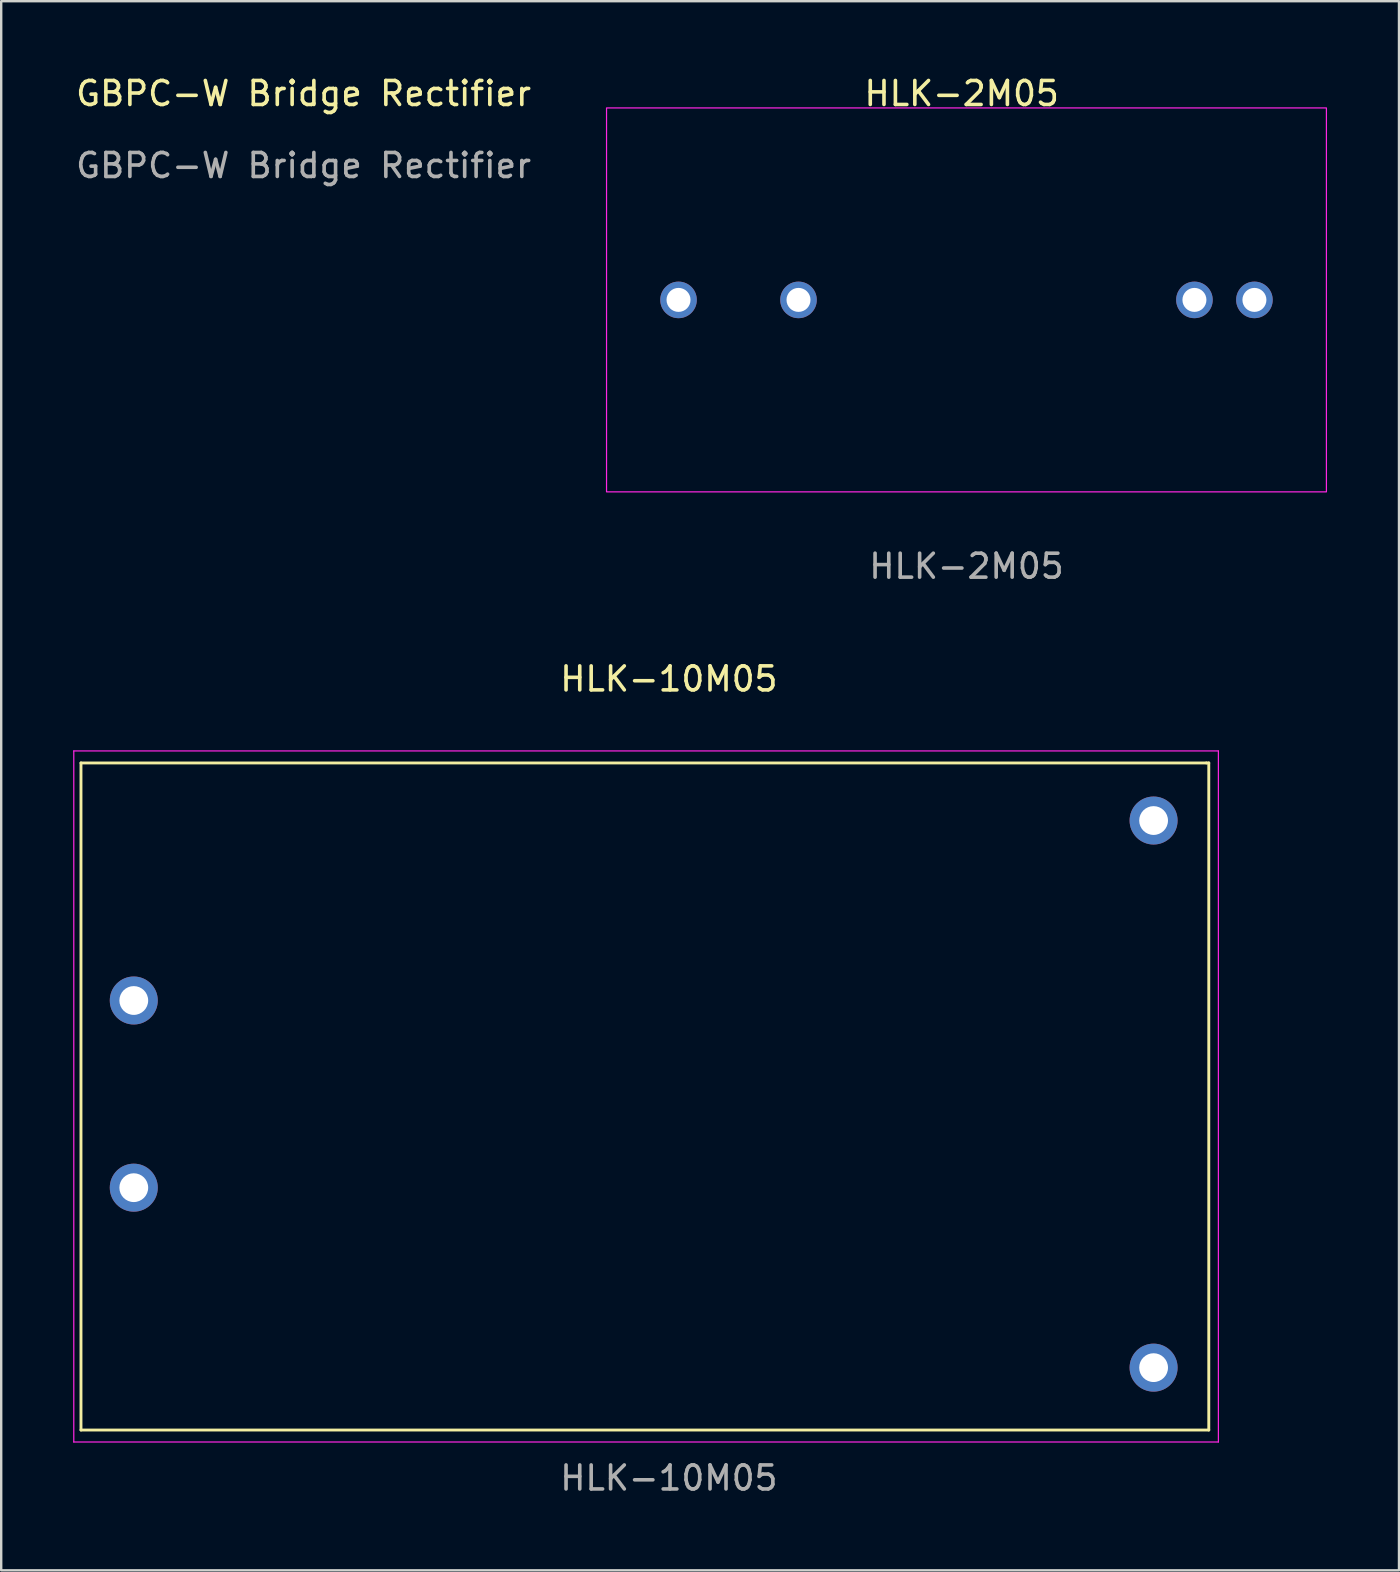
<source format=kicad_pcb>
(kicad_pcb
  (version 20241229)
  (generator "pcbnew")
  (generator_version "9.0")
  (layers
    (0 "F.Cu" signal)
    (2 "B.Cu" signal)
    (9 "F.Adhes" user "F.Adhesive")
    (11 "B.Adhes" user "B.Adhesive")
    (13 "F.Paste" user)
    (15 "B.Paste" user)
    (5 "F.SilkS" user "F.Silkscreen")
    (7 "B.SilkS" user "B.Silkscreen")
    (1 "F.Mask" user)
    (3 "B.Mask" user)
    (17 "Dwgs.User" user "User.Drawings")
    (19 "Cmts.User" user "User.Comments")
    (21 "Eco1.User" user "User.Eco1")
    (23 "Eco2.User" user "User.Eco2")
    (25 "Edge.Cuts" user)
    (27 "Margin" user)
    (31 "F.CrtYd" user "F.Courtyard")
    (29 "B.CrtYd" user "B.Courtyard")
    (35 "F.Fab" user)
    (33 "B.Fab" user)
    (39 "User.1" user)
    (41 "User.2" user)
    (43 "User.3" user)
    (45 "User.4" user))
  (footprint "HLK-2M05"
    (layer "F.Cu")
    (at 37.227 9.448)
    (property "Reference" "HLK-2M05" (at -0.2 -8.6 0) (unlocked yes) (layer "F.SilkS") (effects (font (size 1 1) (thickness 0.15))))
    (attr through_hole)
    (fp_rect (start -15 -8) (end 15 8) (stroke (width 0.05) (type default)) (fill no) (layer "F.CrtYd"))
    (fp_text user "${REFERENCE}" (at 0 11.1 0) (unlocked yes) (layer "F.Fab") (effects (font (size 1 1) (thickness 0.15))))
    (pad "1" thru_hole circle (at -12 0) (size 1.524 1.524) (drill 1) (layers "*.Cu" "*.Mask"))
    (pad "2" thru_hole circle (at -7 0) (size 1.524 1.524) (drill 1) (layers "*.Cu" "*.Mask"))
    (pad "3" thru_hole circle (at 9.5 0) (size 1.524 1.524) (drill 1) (layers "*.Cu" "*.Mask"))
    (pad "4" thru_hole circle (at 12 0) (size 1.524 1.524) (drill 1) (layers "*.Cu" "*.Mask")))
  (footprint "GBPC-W Bridge Rectifier"
    (layer "F.Cu")
    (at 9.601 1.348)
    (property "Reference" "GBPC-W Bridge Rectifier" (at 0 -0.5 0) (unlocked yes) (layer "F.SilkS") (effects (font (size 1 1) (thickness 0.15))))
    (attr through_hole)
    (fp_text user "${REFERENCE}" (at 0 2.5 0) (unlocked yes) (layer "F.Fab") (effects (font (size 1 1) (thickness 0.15)))))
  (footprint "HLK-10M05"
    (layer "F.Cu")
    (at 24.825 40.845)
    (property "Reference" "HLK-10M05" (at 0 -15.6 0) (unlocked yes) (layer "F.SilkS") (effects (font (size 1 1) (thickness 0.15))))
    (attr through_hole)
    (fp_line (start -24.5 -12.1) (end -24.5 15.7) (stroke (width 0.12) (type solid)) (layer "F.SilkS"))
    (fp_line (start -24.5 15.7) (end 22.5 15.7) (stroke (width 0.12) (type solid)) (layer "F.SilkS"))
    (fp_line (start 22.4 -12.1) (end -24.5 -12.1) (stroke (width 0.12) (type solid)) (layer "F.SilkS"))
    (fp_line (start 22.5 -12.1) (end 22.4 -12.1) (stroke (width 0.12) (type solid)) (layer "F.SilkS"))
    (fp_line (start 22.5 15.7) (end 22.5 -12.1) (stroke (width 0.12) (type solid)) (layer "F.SilkS"))
    (fp_line (start -24.8 -12.6) (end -24.8 16.2) (stroke (width 0.05) (type solid)) (layer "F.CrtYd"))
    (fp_line (start -24.8 16.2) (end 22.9 16.2) (stroke (width 0.05) (type solid)) (layer "F.CrtYd"))
    (fp_line (start 22.9 -12.6) (end -24.8 -12.6) (stroke (width 0.05) (type solid)) (layer "F.CrtYd"))
    (fp_line (start 22.9 16.2) (end 22.9 -12.6) (stroke (width 0.05) (type solid)) (layer "F.CrtYd"))
    (fp_text user "${REFERENCE}" (at 0 17.7 0) (unlocked yes) (layer "F.Fab") (effects (font (size 1 1) (thickness 0.15))))
    (pad "1" thru_hole circle (at -22.3 -2.2) (size 2 2) (drill 1.2) (layers "*.Cu" "*.Mask"))
    (pad "2" thru_hole circle (at -22.3 5.6) (size 2 2) (drill 1.2) (layers "*.Cu" "*.Mask"))
    (pad "3" thru_hole circle (at 20.2 -9.7) (size 2 2) (drill 1.2) (layers "*.Cu" "*.Mask"))
    (pad "4" thru_hole circle (at 20.2 13.1) (size 2 2) (drill 1.2) (layers "*.Cu" "*.Mask")))
  (gr_rect
    (start -3 -3)
    (end 55.252 62.393)
    (stroke (width 0.1) (type default))
    (fill no)
    (layer "Edge.Cuts")))
</source>
